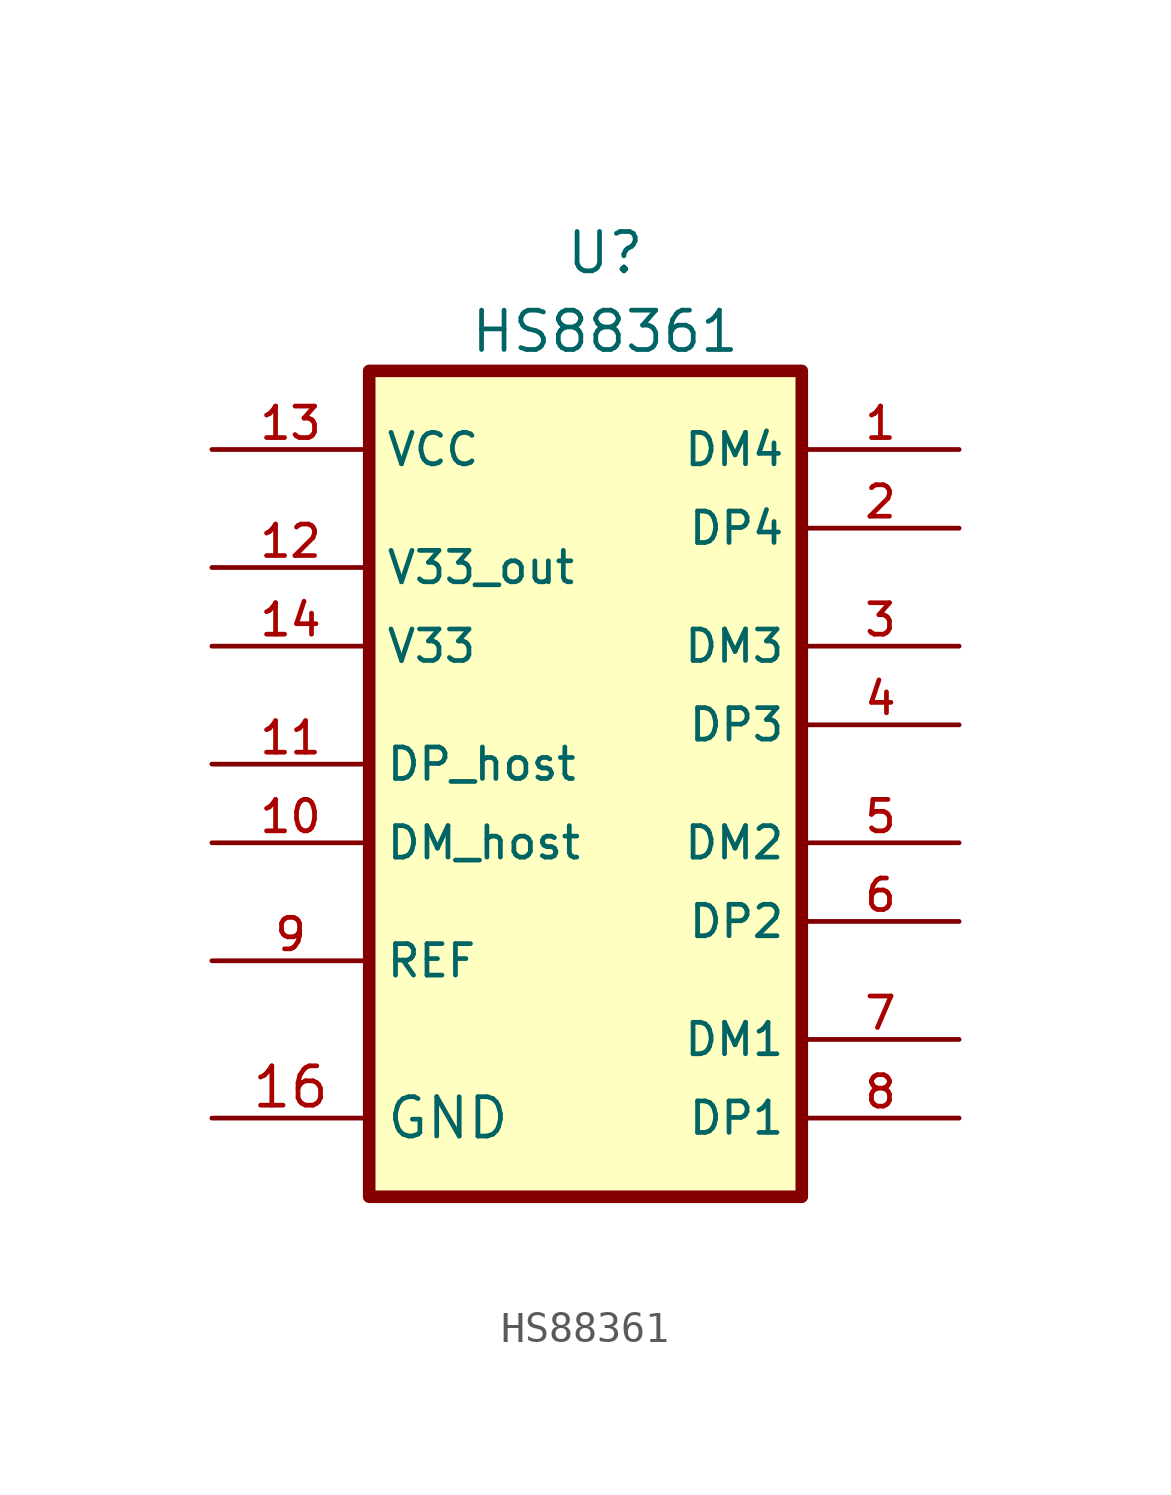
<source format=kicad_sym>
(kicad_symbol_lib
  (version 20211014)
  (generator kicad_symbol_editor)
  (symbol "HS88361"
    (property "Reference" "U"
      (at -6.35 5.08 0)
      (effects (font (size 1.27 1.27))))
    (property "Value" "HS88361"
      (at -6.35 2.54 0)
      (effects (font (size 1.27 1.27))))
    (symbol "HS88361_0_0"
      (rectangle (start 0 -25.4) (end -13.97 1.27) (stroke (width 0.406) (type default) (color 0 0 0 0)) (fill (type background)))
      (pin output line (at 5.08 -1.27 180) (length 5.08) (name "DM4" (effects (font (size 1.016 1.016)))) (number "1" (effects (font (size 1.016 1.016)))))
      (pin input line (at -19.05 -13.97 0) (length 5.08) (name "DM_host" (effects (font (size 1.016 1.016)))) (number "10" (effects (font (size 1.016 1.016)))))
      (pin input line (at -19.05 -11.43 0) (length 5.08) (name "DP_host" (effects (font (size 1.016 1.016)))) (number "11" (effects (font (size 1.016 1.016)))))
      (pin output line (at -19.05 -5.08 0) (length 5.08) (name "V33_out" (effects (font (size 1.016 1.016)))) (number "12" (effects (font (size 1.016 1.016)))))
      (pin power_in line (at -19.05 -1.27 0) (length 5.08) (name "VCC" (effects (font (size 1.016 1.016)))) (number "13" (effects (font (size 1.016 1.016)))))
      (pin power_in line (at -19.05 -7.62 0) (length 5.08) (name "V33" (effects (font (size 1.016 1.016)))) (number "14" (effects (font (size 1.016 1.016)))))
      (pin power_in line (at -19.05 -22.86 0) (length 5.08) (name "GND" (effects (font (size 1.27 1.27)))) (number "16" (effects (font (size 1.27 1.27)))))
      (pin output line (at 5.08 -3.81 180) (length 5.08) (name "DP4" (effects (font (size 1.016 1.016)))) (number "2" (effects (font (size 1.016 1.016)))))
      (pin output line (at 5.08 -7.62 180) (length 5.08) (name "DM3" (effects (font (size 1.016 1.016)))) (number "3" (effects (font (size 1.016 1.016)))))
      (pin output line (at 5.08 -10.16 180) (length 5.08) (name "DP3" (effects (font (size 1.016 1.016)))) (number "4" (effects (font (size 1.016 1.016)))))
      (pin output line (at 5.08 -13.97 180) (length 5.08) (name "DM2" (effects (font (size 1.016 1.016)))) (number "5" (effects (font (size 1.016 1.016)))))
      (pin output line (at 5.08 -16.51 180) (length 5.08) (name "DP2" (effects (font (size 1.016 1.016)))) (number "6" (effects (font (size 1.016 1.016)))))
      (pin output line (at 5.08 -20.32 180) (length 5.08) (name "DM1" (effects (font (size 1.016 1.016)))) (number "7" (effects (font (size 1.016 1.016)))))
      (pin output line (at 5.08 -22.86 180) (length 5.08) (name "DP1" (effects (font (size 1.016 1.016)))) (number "8" (effects (font (size 1.016 1.016)))))
      (pin input line (at -19.05 -17.78 0) (length 5.08) (name "REF" (effects (font (size 1.016 1.016)))) (number "9" (effects (font (size 1.016 1.016))))))))
</source>
